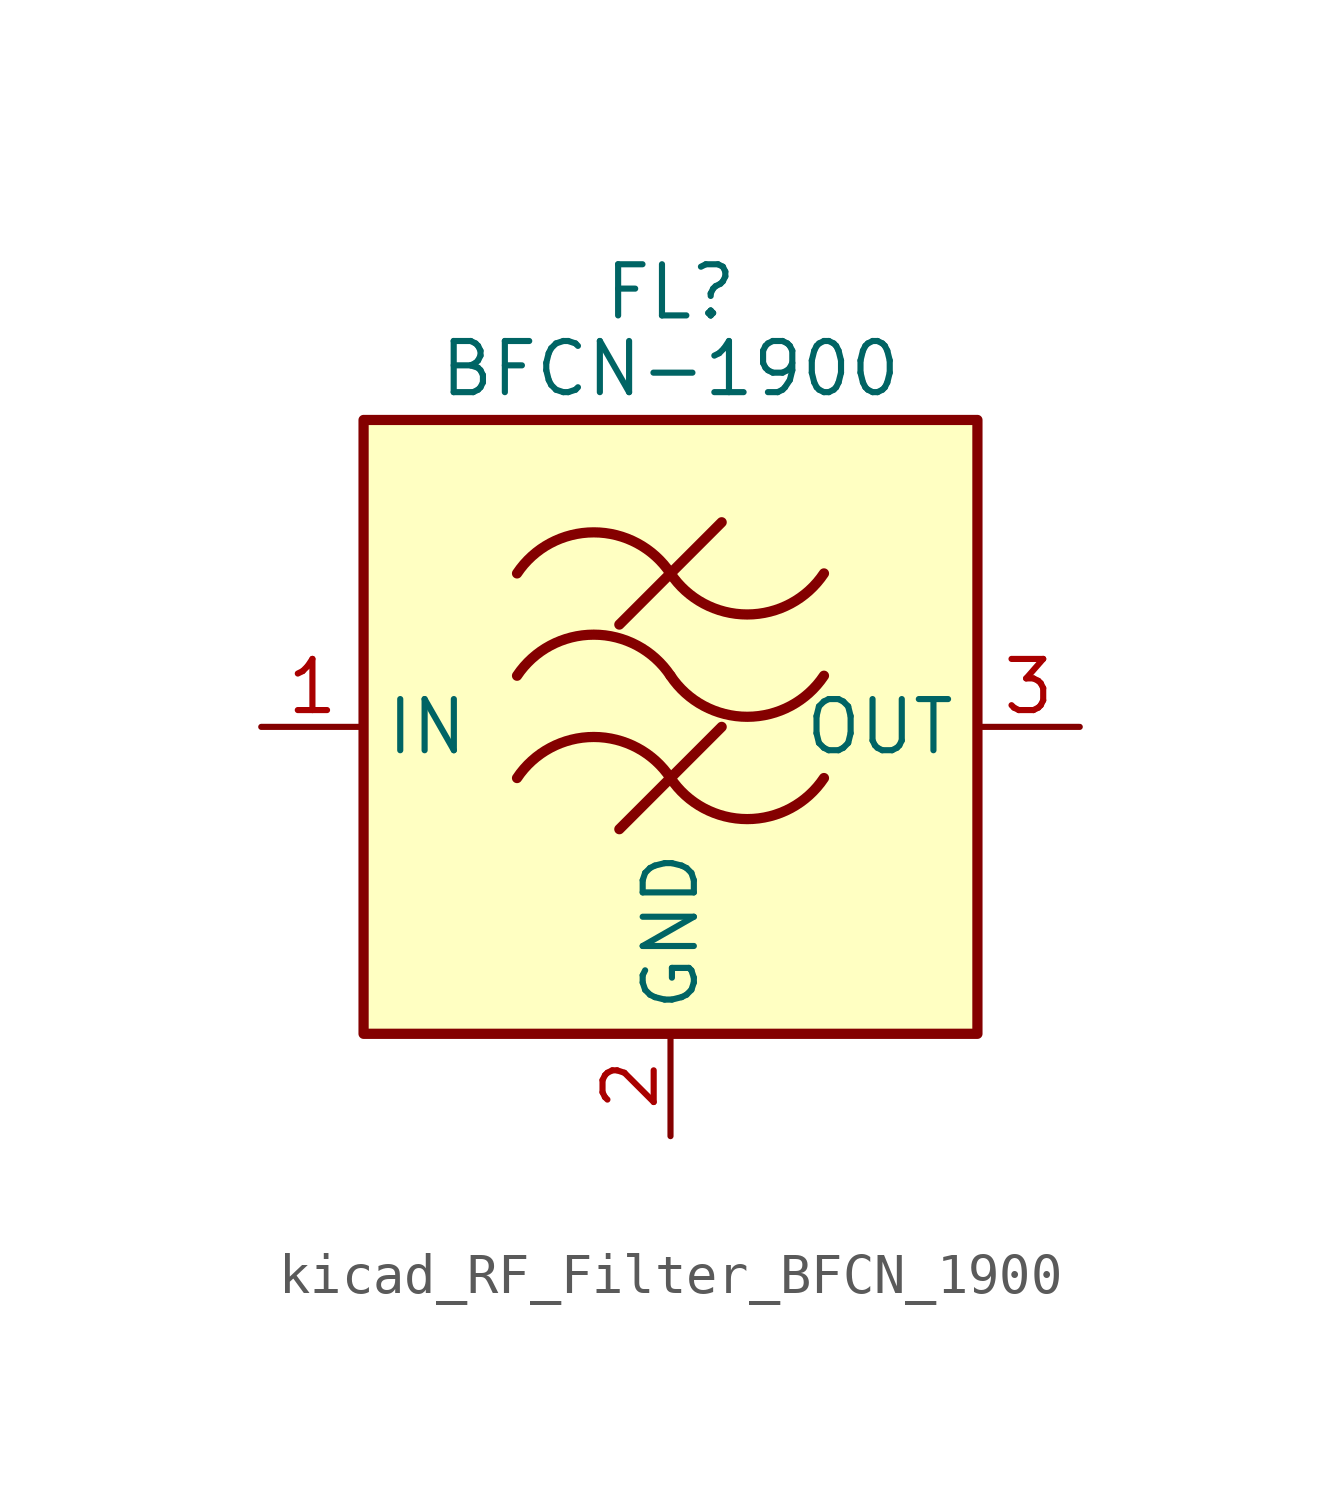
<source format=kicad_sym>
(kicad_symbol_lib
  (version 20220914)
  (generator kicad_symbol_editor)
  (symbol "kicad_RF_Filter_BFCN_1900"
    (property "Reference" "FL"
      (at 0 10.795 0)
      (effects (font (size 1.27 1.27))))
    (property "Value" "BFCN-1900"
      (at 0 8.89 0)
      (effects (font (size 1.27 1.27))))
    (symbol "kicad_RF_Filter_BFCN_1900_0_1"
      (rectangle (start -7.62 7.62) (end 7.62 -7.62) (stroke (width 0.254) (type default)) (fill (type background)))
      (arc (start 0 -1.27) (mid -1.905 -0.2505) (end -3.81 -1.27) (stroke (width 0.254) (type default)) (fill (type none)))
      (arc (start 0 -1.27) (mid 1.905 -2.2895) (end 3.81 -1.27) (stroke (width 0.254) (type default)) (fill (type none)))
      (polyline (pts (xy -1.27 -2.54) (xy 1.27 0)) (stroke (width 0.254) (type default)) (fill (type none)))
      (polyline (pts (xy -1.27 2.54) (xy 1.27 5.08)) (stroke (width 0.254) (type default)) (fill (type none)))
      (arc (start 0 1.27) (mid -1.905 2.2895) (end -3.81 1.27) (stroke (width 0.254) (type default)) (fill (type none)))
      (arc (start 0 1.27) (mid 1.905 0.2505) (end 3.81 1.27) (stroke (width 0.254) (type default)) (fill (type none)))
      (arc (start 0 3.81) (mid -1.905 4.8295) (end -3.81 3.81) (stroke (width 0.254) (type default)) (fill (type none)))
      (arc (start 0 3.81) (mid 1.905 2.7905) (end 3.81 3.81) (stroke (width 0.254) (type default)) (fill (type none))))
    (symbol "kicad_RF_Filter_BFCN_1900_1_1"
      (pin passive line (at -10.16 0 0) (length 2.54) (name "IN" (effects (font (size 1.27 1.27)))) (number "1" (effects (font (size 1.27 1.27)))))
      (pin passive line (at 0 -10.16 90) (length 2.54) (name "GND" (effects (font (size 1.27 1.27)))) (number "2" (effects (font (size 1.27 1.27)))))
      (pin passive line (at 10.16 0 180) (length 2.54) (name "OUT" (effects (font (size 1.27 1.27)))) (number "3" (effects (font (size 1.27 1.27)))))
      (pin passive line (at 0 -10.16 90) (length 2.54) hide (name "GND" (effects (font (size 1.27 1.27)))) (number "4" (effects (font (size 1.27 1.27))))))))
</source>
